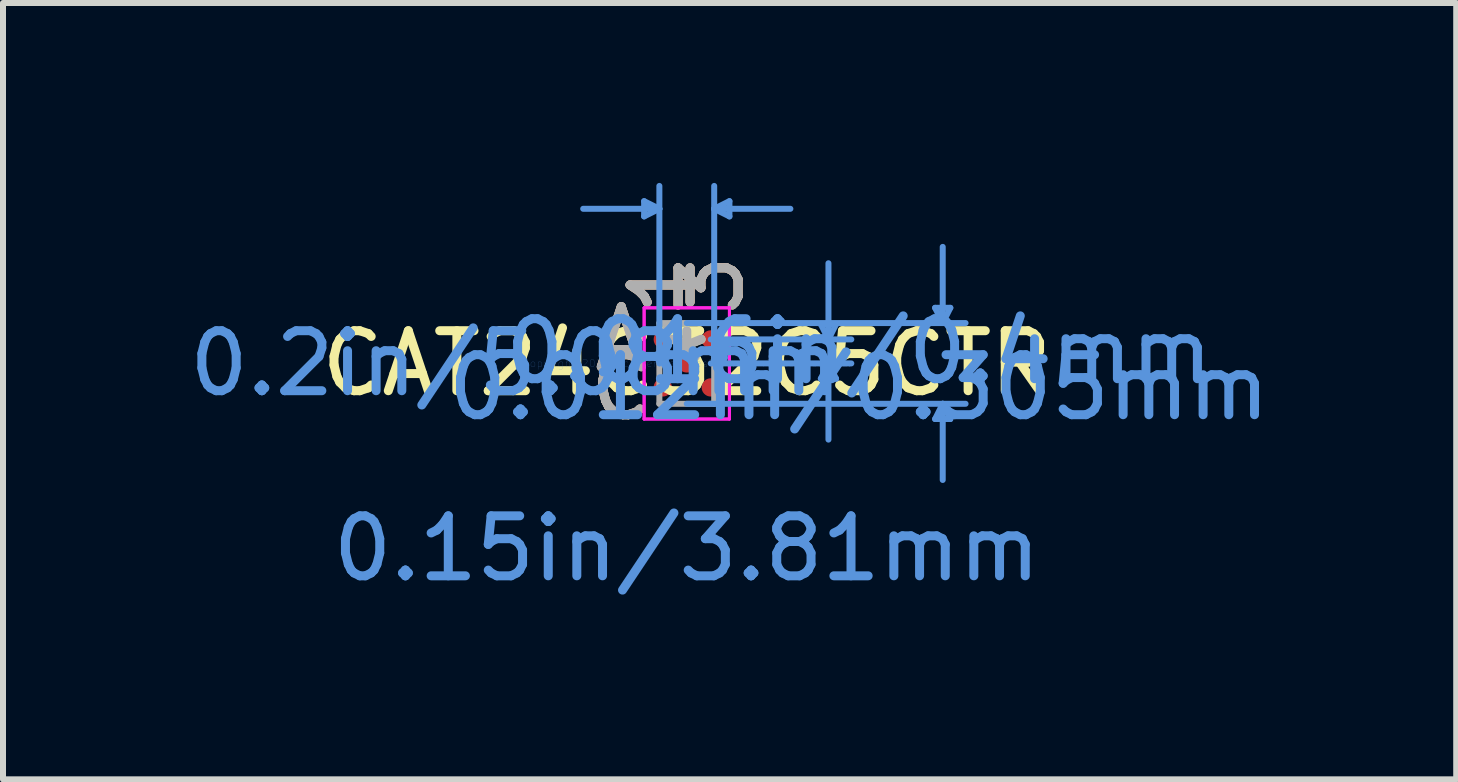
<source format=kicad_pcb>
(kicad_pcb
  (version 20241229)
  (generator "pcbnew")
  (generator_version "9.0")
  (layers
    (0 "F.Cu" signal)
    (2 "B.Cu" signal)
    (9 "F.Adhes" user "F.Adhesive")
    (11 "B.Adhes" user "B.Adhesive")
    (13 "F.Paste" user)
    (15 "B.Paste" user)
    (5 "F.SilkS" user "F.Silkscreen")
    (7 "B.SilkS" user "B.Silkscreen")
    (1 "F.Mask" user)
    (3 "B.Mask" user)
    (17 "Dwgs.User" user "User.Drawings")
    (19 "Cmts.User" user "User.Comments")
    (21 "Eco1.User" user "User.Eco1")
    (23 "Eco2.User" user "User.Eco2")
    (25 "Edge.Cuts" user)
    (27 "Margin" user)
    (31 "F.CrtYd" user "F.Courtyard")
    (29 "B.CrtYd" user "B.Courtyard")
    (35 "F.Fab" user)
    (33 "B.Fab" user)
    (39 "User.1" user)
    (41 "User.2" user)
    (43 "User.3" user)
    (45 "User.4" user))
  (footprint "CAT24C32C5CTR"
    (layer "F.Cu")
    (at 8.4 3.009)
    (property "Reference" "CAT24C32C5CTR" (at 0 0 0) (layer "F.SilkS") (effects (font (size 1 1) (thickness 0.15))))
    (attr through_hole)
    (fp_line (start -0.711 -2.705) (end -0.711 -2.451) (stroke (width 0.1) (type solid)) (layer "Cmts.User"))
    (fp_line (start -0.457 -2.578) (end -1.727 -2.578) (stroke (width 0.1) (type solid)) (layer "Cmts.User"))
    (fp_line (start -0.457 -2.578) (end -0.711 -2.705) (stroke (width 0.1) (type solid)) (layer "Cmts.User"))
    (fp_line (start -0.457 -2.578) (end -0.711 -2.451) (stroke (width 0.1) (type solid)) (layer "Cmts.User"))
    (fp_line (start -0.457 0) (end -0.457 -2.959) (stroke (width 0.1) (type solid)) (layer "Cmts.User"))
    (fp_line (start 0 -0.673) (end 4.648 -0.673) (stroke (width 0.1) (type solid)) (layer "Cmts.User"))
    (fp_line (start 0 0.673) (end 4.648 0.673) (stroke (width 0.1) (type solid)) (layer "Cmts.User"))
    (fp_line (start 0.4 -0.4) (end 2.743 -0.4) (stroke (width 0.1) (type solid)) (layer "Cmts.User"))
    (fp_line (start 0.4 0) (end 2.743 0) (stroke (width 0.1) (type solid)) (layer "Cmts.User"))
    (fp_line (start 0.457 -2.578) (end 0.711 -2.705) (stroke (width 0.1) (type solid)) (layer "Cmts.User"))
    (fp_line (start 0.457 -2.578) (end 0.711 -2.451) (stroke (width 0.1) (type solid)) (layer "Cmts.User"))
    (fp_line (start 0.457 -2.578) (end 1.727 -2.578) (stroke (width 0.1) (type solid)) (layer "Cmts.User"))
    (fp_line (start 0.457 0) (end 0.457 -2.959) (stroke (width 0.1) (type solid)) (layer "Cmts.User"))
    (fp_line (start 0.711 -2.705) (end 0.711 -2.451) (stroke (width 0.1) (type solid)) (layer "Cmts.User"))
    (fp_line (start 2.235 -0.654) (end 2.489 -0.654) (stroke (width 0.1) (type solid)) (layer "Cmts.User"))
    (fp_line (start 2.235 0.254) (end 2.489 0.254) (stroke (width 0.1) (type solid)) (layer "Cmts.User"))
    (fp_line (start 2.362 -0.4) (end 2.235 -0.654) (stroke (width 0.1) (type solid)) (layer "Cmts.User"))
    (fp_line (start 2.362 -0.4) (end 2.362 -1.67) (stroke (width 0.1) (type solid)) (layer "Cmts.User"))
    (fp_line (start 2.362 -0.4) (end 2.489 -0.654) (stroke (width 0.1) (type solid)) (layer "Cmts.User"))
    (fp_line (start 2.362 0) (end 2.235 0.254) (stroke (width 0.1) (type solid)) (layer "Cmts.User"))
    (fp_line (start 2.362 0) (end 2.362 1.27) (stroke (width 0.1) (type solid)) (layer "Cmts.User"))
    (fp_line (start 2.362 0) (end 2.489 0.254) (stroke (width 0.1) (type solid)) (layer "Cmts.User"))
    (fp_line (start 4.14 -0.927) (end 4.394 -0.927) (stroke (width 0.1) (type solid)) (layer "Cmts.User"))
    (fp_line (start 4.14 0.927) (end 4.394 0.927) (stroke (width 0.1) (type solid)) (layer "Cmts.User"))
    (fp_line (start 4.267 -0.673) (end 4.14 -0.927) (stroke (width 0.1) (type solid)) (layer "Cmts.User"))
    (fp_line (start 4.267 -0.673) (end 4.267 -1.943) (stroke (width 0.1) (type solid)) (layer "Cmts.User"))
    (fp_line (start 4.267 -0.673) (end 4.394 -0.927) (stroke (width 0.1) (type solid)) (layer "Cmts.User"))
    (fp_line (start 4.267 0.673) (end 4.14 0.927) (stroke (width 0.1) (type solid)) (layer "Cmts.User"))
    (fp_line (start 4.267 0.673) (end 4.267 1.943) (stroke (width 0.1) (type solid)) (layer "Cmts.User"))
    (fp_line (start 4.267 0.673) (end 4.394 0.927) (stroke (width 0.1) (type solid)) (layer "Cmts.User"))
    (fp_line (start -0.711 -0.927) (end 0.711 -0.927) (stroke (width 0.05) (type solid)) (layer "F.CrtYd"))
    (fp_line (start -0.711 -0.927) (end 0.711 -0.927) (stroke (width 0.05) (type solid)) (layer "F.CrtYd"))
    (fp_line (start -0.711 0.927) (end -0.711 -0.927) (stroke (width 0.05) (type solid)) (layer "F.CrtYd"))
    (fp_line (start -0.711 0.927) (end -0.711 -0.927) (stroke (width 0.05) (type solid)) (layer "F.CrtYd"))
    (fp_line (start 0.711 -0.927) (end 0.711 0.927) (stroke (width 0.05) (type solid)) (layer "F.CrtYd"))
    (fp_line (start 0.711 -0.927) (end 0.711 0.927) (stroke (width 0.05) (type solid)) (layer "F.CrtYd"))
    (fp_line (start 0.711 0.927) (end -0.711 0.927) (stroke (width 0.05) (type solid)) (layer "F.CrtYd"))
    (fp_line (start 0.711 0.927) (end -0.711 0.927) (stroke (width 0.05) (type solid)) (layer "F.CrtYd"))
    (fp_line (start -0.457 -0.673) (end -0.457 0.673) (stroke (width 0.1) (type solid)) (layer "F.Fab"))
    (fp_line (start -0.457 0.673) (end 0.457 0.673) (stroke (width 0.1) (type solid)) (layer "F.Fab"))
    (fp_line (start -0.257 -0.673) (end -0.457 -0.473) (stroke (width 0.1) (type solid)) (layer "F.Fab"))
    (fp_line (start 0.457 -0.673) (end -0.457 -0.673) (stroke (width 0.1) (type solid)) (layer "F.Fab"))
    (fp_line (start 0.457 0.673) (end 0.457 -0.673) (stroke (width 0.1) (type solid)) (layer "F.Fab"))
    (fp_text user "A" (at -1.092 -0.4 0) (layer "F.SilkS") (effects (font (size 1 1) (thickness 0.15))))
    (fp_text user "3" (at 0.4 -1.308 90) (layer "F.SilkS") (effects (font (size 1 1) (thickness 0.15))))
    (fp_text user "1" (at -0.4 -1.308 90) (layer "F.SilkS") (effects (font (size 1 1) (thickness 0.15))))
    (fp_text user "C" (at -1.092 0.4 0) (layer "F.SilkS") (effects (font (size 1 1) (thickness 0.15))))
    (fp_text user "*" (at 0 0 0) (layer "F.SilkS") (effects (font (size 1 1) (thickness 0.15))))
    (fp_text user "1" (at -0.4 -1.308 90) (layer "B.SilkS") (effects (font (size 1 1) (thickness 0.15))))
    (fp_text user "A" (at -1.092 -0.4 0) (layer "B.SilkS") (effects (font (size 1 1) (thickness 0.15))))
    (fp_text user "C" (at -1.092 0.4 0) (layer "B.SilkS") (effects (font (size 1 1) (thickness 0.15))))
    (fp_text user "3" (at 0.4 -1.308 90) (layer "B.SilkS") (effects (font (size 1 1) (thickness 0.15))))
    (fp_text user "0.012in/0.305mm" (at 2.87 0.4 0) (layer "Cmts.User") (effects (font (size 1 1) (thickness 0.15))))
    (fp_text user "0.016in/0.4mm" (at 2.87 -0.2 0) (layer "Cmts.User") (effects (font (size 1 1) (thickness 0.15))))
    (fp_text user "0.2in/5.08mm" (at -2.87 0 0) (layer "Cmts.User") (effects (font (size 1 1) (thickness 0.15))))
    (fp_text user "Copyright 2021 Accelerated Designs. All rights reserved." (at 0 0 0) (layer "Cmts.User") (effects (font (size 0.127 0.127) (thickness 0.002))))
    (fp_text user "0.15in/3.81mm" (at 0 3.086 0) (layer "Cmts.User") (effects (font (size 1 1) (thickness 0.15))))
    (fp_text user "3" (at 0.4 -1.308 90) (layer "F.Fab") (effects (font (size 1 1) (thickness 0.15))))
    (fp_text user "A" (at -1.092 -0.4 0) (layer "F.Fab") (effects (font (size 1 1) (thickness 0.15))))
    (fp_text user "1" (at -0.4 -1.308 90) (layer "F.Fab") (effects (font (size 1 1) (thickness 0.15))))
    (fp_text user "*" (at 0 0 0) (layer "F.Fab") (effects (font (size 1 1) (thickness 0.15))))
    (fp_text user "C" (at -1.092 0.4 0) (layer "F.Fab") (effects (font (size 1 1) (thickness 0.15))))
    (pad "A1" smd circle (at -0.4 -0.4) (size 0.305 0.305) (layers "F.Cu" "F.Mask" "F.Paste"))
    (pad "A3" smd circle (at 0.4 -0.4) (size 0.305 0.305) (layers "F.Cu" "F.Mask" "F.Paste"))
    (pad "B2" smd circle (at 0 0) (size 0.305 0.305) (layers "F.Cu" "F.Mask" "F.Paste"))
    (pad "C1" smd circle (at -0.4 0.4) (size 0.305 0.305) (layers "F.Cu" "F.Mask" "F.Paste"))
    (pad "C3" smd circle (at 0.4 0.4) (size 0.305 0.305) (layers "F.Cu" "F.Mask" "F.Paste")))
  (gr_rect
    (start -3 -3)
    (end 21.228 9.943)
    (stroke (width 0.1) (type default))
    (fill no)
    (layer "Edge.Cuts")))
</source>
